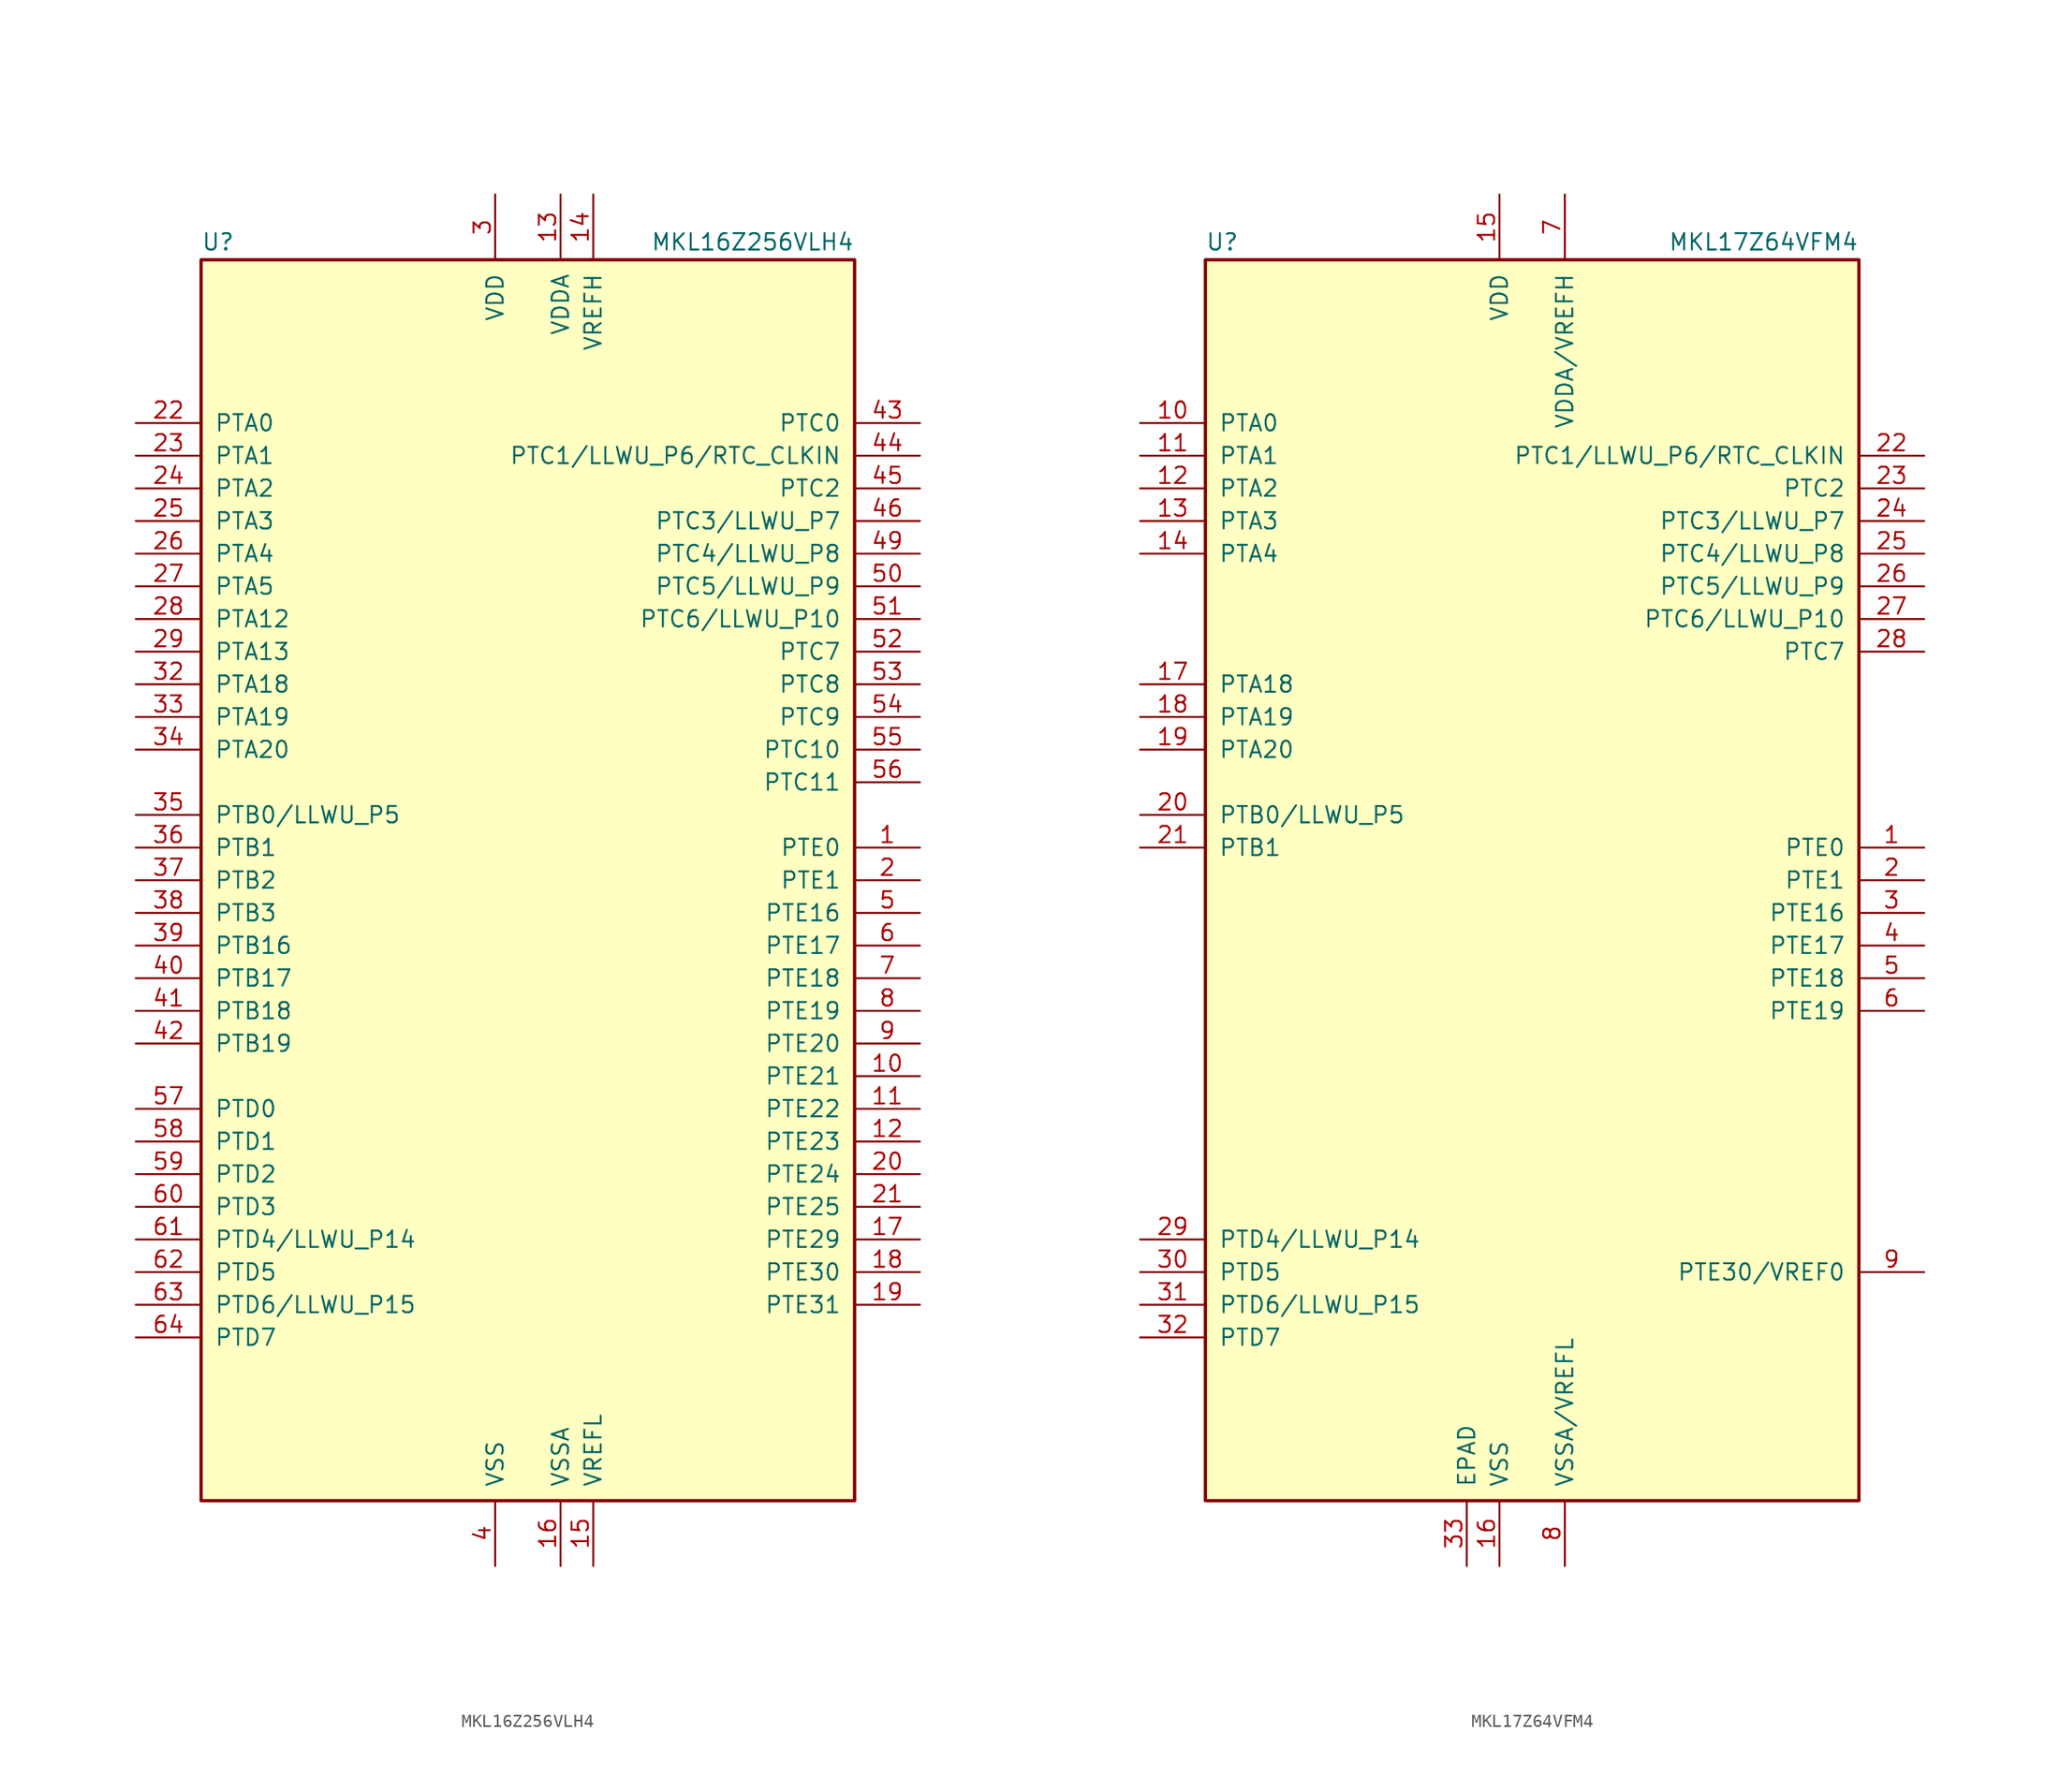
<source format=kicad_sym>
(kicad_symbol_lib
  (version 20231120)
  (generator "kicad_symbol_editor")
  (generator_version "8.0")
  (symbol "MKL16Z256VLH4"
    (pin_names
      (offset 1.016))
    (property "Reference" "U"
      (at -25.4 48.895 0)
      (effects (font (size 1.27 1.27)) (justify left bottom)))
    (property "Value" "MKL16Z256VLH4"
      (at 25.4 48.895 0)
      (effects (font (size 1.27 1.27)) (justify right bottom)))
    (symbol "MKL16Z256VLH4_0_1"
      (rectangle (start -25.4 48.26) (end 25.4 -48.26) (stroke (width 0.254) (type default)) (fill (type background))))
    (symbol "MKL16Z256VLH4_1_1"
      (pin bidirectional line (at 30.48 2.54 180) (length 5.08) (name "PTE0" (effects (font (size 1.27 1.27)))) (number "1" (effects (font (size 1.27 1.27)))))
      (pin bidirectional line (at 30.48 -15.24 180) (length 5.08) (name "PTE21" (effects (font (size 1.27 1.27)))) (number "10" (effects (font (size 1.27 1.27)))))
      (pin bidirectional line (at 30.48 -17.78 180) (length 5.08) (name "PTE22" (effects (font (size 1.27 1.27)))) (number "11" (effects (font (size 1.27 1.27)))))
      (pin bidirectional line (at 30.48 -20.32 180) (length 5.08) (name "PTE23" (effects (font (size 1.27 1.27)))) (number "12" (effects (font (size 1.27 1.27)))))
      (pin power_in line (at 2.54 53.34 270) (length 5.08) (name "VDDA" (effects (font (size 1.27 1.27)))) (number "13" (effects (font (size 1.27 1.27)))))
      (pin power_in line (at 5.08 53.34 270) (length 5.08) (name "VREFH" (effects (font (size 1.27 1.27)))) (number "14" (effects (font (size 1.27 1.27)))))
      (pin power_in line (at 5.08 -53.34 90) (length 5.08) (name "VREFL" (effects (font (size 1.27 1.27)))) (number "15" (effects (font (size 1.27 1.27)))))
      (pin power_in line (at 2.54 -53.34 90) (length 5.08) (name "VSSA" (effects (font (size 1.27 1.27)))) (number "16" (effects (font (size 1.27 1.27)))))
      (pin bidirectional line (at 30.48 -27.94 180) (length 5.08) (name "PTE29" (effects (font (size 1.27 1.27)))) (number "17" (effects (font (size 1.27 1.27)))))
      (pin bidirectional line (at 30.48 -30.48 180) (length 5.08) (name "PTE30" (effects (font (size 1.27 1.27)))) (number "18" (effects (font (size 1.27 1.27)))))
      (pin bidirectional line (at 30.48 -33.02 180) (length 5.08) (name "PTE31" (effects (font (size 1.27 1.27)))) (number "19" (effects (font (size 1.27 1.27)))))
      (pin bidirectional line (at 30.48 0 180) (length 5.08) (name "PTE1" (effects (font (size 1.27 1.27)))) (number "2" (effects (font (size 1.27 1.27)))))
      (pin bidirectional line (at 30.48 -22.86 180) (length 5.08) (name "PTE24" (effects (font (size 1.27 1.27)))) (number "20" (effects (font (size 1.27 1.27)))))
      (pin bidirectional line (at 30.48 -25.4 180) (length 5.08) (name "PTE25" (effects (font (size 1.27 1.27)))) (number "21" (effects (font (size 1.27 1.27)))))
      (pin bidirectional line (at -30.48 35.56 0) (length 5.08) (name "PTA0" (effects (font (size 1.27 1.27)))) (number "22" (effects (font (size 1.27 1.27)))))
      (pin bidirectional line (at -30.48 33.02 0) (length 5.08) (name "PTA1" (effects (font (size 1.27 1.27)))) (number "23" (effects (font (size 1.27 1.27)))))
      (pin bidirectional line (at -30.48 30.48 0) (length 5.08) (name "PTA2" (effects (font (size 1.27 1.27)))) (number "24" (effects (font (size 1.27 1.27)))))
      (pin bidirectional line (at -30.48 27.94 0) (length 5.08) (name "PTA3" (effects (font (size 1.27 1.27)))) (number "25" (effects (font (size 1.27 1.27)))))
      (pin bidirectional line (at -30.48 25.4 0) (length 5.08) (name "PTA4" (effects (font (size 1.27 1.27)))) (number "26" (effects (font (size 1.27 1.27)))))
      (pin bidirectional line (at -30.48 22.86 0) (length 5.08) (name "PTA5" (effects (font (size 1.27 1.27)))) (number "27" (effects (font (size 1.27 1.27)))))
      (pin bidirectional line (at -30.48 20.32 0) (length 5.08) (name "PTA12" (effects (font (size 1.27 1.27)))) (number "28" (effects (font (size 1.27 1.27)))))
      (pin bidirectional line (at -30.48 17.78 0) (length 5.08) (name "PTA13" (effects (font (size 1.27 1.27)))) (number "29" (effects (font (size 1.27 1.27)))))
      (pin power_in line (at -2.54 53.34 270) (length 5.08) (name "VDD" (effects (font (size 1.27 1.27)))) (number "3" (effects (font (size 1.27 1.27)))))
      (pin passive line (at -2.54 53.34 270) (length 5.08) hide (name "VDD" (effects (font (size 1.27 1.27)))) (number "30" (effects (font (size 1.27 1.27)))))
      (pin passive line (at -2.54 -53.34 90) (length 5.08) hide (name "VSS" (effects (font (size 1.27 1.27)))) (number "31" (effects (font (size 1.27 1.27)))))
      (pin bidirectional line (at -30.48 15.24 0) (length 5.08) (name "PTA18" (effects (font (size 1.27 1.27)))) (number "32" (effects (font (size 1.27 1.27)))))
      (pin bidirectional line (at -30.48 12.7 0) (length 5.08) (name "PTA19" (effects (font (size 1.27 1.27)))) (number "33" (effects (font (size 1.27 1.27)))))
      (pin bidirectional line (at -30.48 10.16 0) (length 5.08) (name "PTA20" (effects (font (size 1.27 1.27)))) (number "34" (effects (font (size 1.27 1.27)))))
      (pin bidirectional line (at -30.48 5.08 0) (length 5.08) (name "PTB0/LLWU_P5" (effects (font (size 1.27 1.27)))) (number "35" (effects (font (size 1.27 1.27)))))
      (pin bidirectional line (at -30.48 2.54 0) (length 5.08) (name "PTB1" (effects (font (size 1.27 1.27)))) (number "36" (effects (font (size 1.27 1.27)))))
      (pin bidirectional line (at -30.48 0 0) (length 5.08) (name "PTB2" (effects (font (size 1.27 1.27)))) (number "37" (effects (font (size 1.27 1.27)))))
      (pin bidirectional line (at -30.48 -2.54 0) (length 5.08) (name "PTB3" (effects (font (size 1.27 1.27)))) (number "38" (effects (font (size 1.27 1.27)))))
      (pin bidirectional line (at -30.48 -5.08 0) (length 5.08) (name "PTB16" (effects (font (size 1.27 1.27)))) (number "39" (effects (font (size 1.27 1.27)))))
      (pin power_in line (at -2.54 -53.34 90) (length 5.08) (name "VSS" (effects (font (size 1.27 1.27)))) (number "4" (effects (font (size 1.27 1.27)))))
      (pin bidirectional line (at -30.48 -7.62 0) (length 5.08) (name "PTB17" (effects (font (size 1.27 1.27)))) (number "40" (effects (font (size 1.27 1.27)))))
      (pin bidirectional line (at -30.48 -10.16 0) (length 5.08) (name "PTB18" (effects (font (size 1.27 1.27)))) (number "41" (effects (font (size 1.27 1.27)))))
      (pin bidirectional line (at -30.48 -12.7 0) (length 5.08) (name "PTB19" (effects (font (size 1.27 1.27)))) (number "42" (effects (font (size 1.27 1.27)))))
      (pin bidirectional line (at 30.48 35.56 180) (length 5.08) (name "PTC0" (effects (font (size 1.27 1.27)))) (number "43" (effects (font (size 1.27 1.27)))))
      (pin bidirectional line (at 30.48 33.02 180) (length 5.08) (name "PTC1/LLWU_P6/RTC_CLKIN" (effects (font (size 1.27 1.27)))) (number "44" (effects (font (size 1.27 1.27)))))
      (pin bidirectional line (at 30.48 30.48 180) (length 5.08) (name "PTC2" (effects (font (size 1.27 1.27)))) (number "45" (effects (font (size 1.27 1.27)))))
      (pin bidirectional line (at 30.48 27.94 180) (length 5.08) (name "PTC3/LLWU_P7" (effects (font (size 1.27 1.27)))) (number "46" (effects (font (size 1.27 1.27)))))
      (pin passive line (at -2.54 -53.34 90) (length 5.08) hide (name "VSS" (effects (font (size 1.27 1.27)))) (number "47" (effects (font (size 1.27 1.27)))))
      (pin passive line (at -2.54 53.34 270) (length 5.08) hide (name "VDD" (effects (font (size 1.27 1.27)))) (number "48" (effects (font (size 1.27 1.27)))))
      (pin bidirectional line (at 30.48 25.4 180) (length 5.08) (name "PTC4/LLWU_P8" (effects (font (size 1.27 1.27)))) (number "49" (effects (font (size 1.27 1.27)))))
      (pin bidirectional line (at 30.48 -2.54 180) (length 5.08) (name "PTE16" (effects (font (size 1.27 1.27)))) (number "5" (effects (font (size 1.27 1.27)))))
      (pin bidirectional line (at 30.48 22.86 180) (length 5.08) (name "PTC5/LLWU_P9" (effects (font (size 1.27 1.27)))) (number "50" (effects (font (size 1.27 1.27)))))
      (pin bidirectional line (at 30.48 20.32 180) (length 5.08) (name "PTC6/LLWU_P10" (effects (font (size 1.27 1.27)))) (number "51" (effects (font (size 1.27 1.27)))))
      (pin bidirectional line (at 30.48 17.78 180) (length 5.08) (name "PTC7" (effects (font (size 1.27 1.27)))) (number "52" (effects (font (size 1.27 1.27)))))
      (pin bidirectional line (at 30.48 15.24 180) (length 5.08) (name "PTC8" (effects (font (size 1.27 1.27)))) (number "53" (effects (font (size 1.27 1.27)))))
      (pin bidirectional line (at 30.48 12.7 180) (length 5.08) (name "PTC9" (effects (font (size 1.27 1.27)))) (number "54" (effects (font (size 1.27 1.27)))))
      (pin bidirectional line (at 30.48 10.16 180) (length 5.08) (name "PTC10" (effects (font (size 1.27 1.27)))) (number "55" (effects (font (size 1.27 1.27)))))
      (pin bidirectional line (at 30.48 7.62 180) (length 5.08) (name "PTC11" (effects (font (size 1.27 1.27)))) (number "56" (effects (font (size 1.27 1.27)))))
      (pin bidirectional line (at -30.48 -17.78 0) (length 5.08) (name "PTD0" (effects (font (size 1.27 1.27)))) (number "57" (effects (font (size 1.27 1.27)))))
      (pin bidirectional line (at -30.48 -20.32 0) (length 5.08) (name "PTD1" (effects (font (size 1.27 1.27)))) (number "58" (effects (font (size 1.27 1.27)))))
      (pin bidirectional line (at -30.48 -22.86 0) (length 5.08) (name "PTD2" (effects (font (size 1.27 1.27)))) (number "59" (effects (font (size 1.27 1.27)))))
      (pin bidirectional line (at 30.48 -5.08 180) (length 5.08) (name "PTE17" (effects (font (size 1.27 1.27)))) (number "6" (effects (font (size 1.27 1.27)))))
      (pin bidirectional line (at -30.48 -25.4 0) (length 5.08) (name "PTD3" (effects (font (size 1.27 1.27)))) (number "60" (effects (font (size 1.27 1.27)))))
      (pin bidirectional line (at -30.48 -27.94 0) (length 5.08) (name "PTD4/LLWU_P14" (effects (font (size 1.27 1.27)))) (number "61" (effects (font (size 1.27 1.27)))))
      (pin bidirectional line (at -30.48 -30.48 0) (length 5.08) (name "PTD5" (effects (font (size 1.27 1.27)))) (number "62" (effects (font (size 1.27 1.27)))))
      (pin bidirectional line (at -30.48 -33.02 0) (length 5.08) (name "PTD6/LLWU_P15" (effects (font (size 1.27 1.27)))) (number "63" (effects (font (size 1.27 1.27)))))
      (pin bidirectional line (at -30.48 -35.56 0) (length 5.08) (name "PTD7" (effects (font (size 1.27 1.27)))) (number "64" (effects (font (size 1.27 1.27)))))
      (pin bidirectional line (at 30.48 -7.62 180) (length 5.08) (name "PTE18" (effects (font (size 1.27 1.27)))) (number "7" (effects (font (size 1.27 1.27)))))
      (pin bidirectional line (at 30.48 -10.16 180) (length 5.08) (name "PTE19" (effects (font (size 1.27 1.27)))) (number "8" (effects (font (size 1.27 1.27)))))
      (pin bidirectional line (at 30.48 -12.7 180) (length 5.08) (name "PTE20" (effects (font (size 1.27 1.27)))) (number "9" (effects (font (size 1.27 1.27)))))))
  (symbol "MKL17Z64VFM4"
    (pin_names
      (offset 1.016))
    (property "Reference" "U"
      (at -25.4 48.895 0)
      (effects (font (size 1.27 1.27)) (justify left bottom)))
    (property "Value" "MKL17Z64VFM4"
      (at 25.4 48.895 0)
      (effects (font (size 1.27 1.27)) (justify right bottom)))
    (symbol "MKL17Z64VFM4_0_1"
      (rectangle (start -25.4 48.26) (end 25.4 -48.26) (stroke (width 0.254) (type default)) (fill (type background))))
    (symbol "MKL17Z64VFM4_1_1"
      (pin bidirectional line (at 30.48 2.54 180) (length 5.08) (name "PTE0" (effects (font (size 1.27 1.27)))) (number "1" (effects (font (size 1.27 1.27)))))
      (pin bidirectional line (at -30.48 35.56 0) (length 5.08) (name "PTA0" (effects (font (size 1.27 1.27)))) (number "10" (effects (font (size 1.27 1.27)))))
      (pin bidirectional line (at -30.48 33.02 0) (length 5.08) (name "PTA1" (effects (font (size 1.27 1.27)))) (number "11" (effects (font (size 1.27 1.27)))))
      (pin bidirectional line (at -30.48 30.48 0) (length 5.08) (name "PTA2" (effects (font (size 1.27 1.27)))) (number "12" (effects (font (size 1.27 1.27)))))
      (pin bidirectional line (at -30.48 27.94 0) (length 5.08) (name "PTA3" (effects (font (size 1.27 1.27)))) (number "13" (effects (font (size 1.27 1.27)))))
      (pin bidirectional line (at -30.48 25.4 0) (length 5.08) (name "PTA4" (effects (font (size 1.27 1.27)))) (number "14" (effects (font (size 1.27 1.27)))))
      (pin power_in line (at -2.54 53.34 270) (length 5.08) (name "VDD" (effects (font (size 1.27 1.27)))) (number "15" (effects (font (size 1.27 1.27)))))
      (pin power_in line (at -2.54 -53.34 90) (length 5.08) (name "VSS" (effects (font (size 1.27 1.27)))) (number "16" (effects (font (size 1.27 1.27)))))
      (pin bidirectional line (at -30.48 15.24 0) (length 5.08) (name "PTA18" (effects (font (size 1.27 1.27)))) (number "17" (effects (font (size 1.27 1.27)))))
      (pin bidirectional line (at -30.48 12.7 0) (length 5.08) (name "PTA19" (effects (font (size 1.27 1.27)))) (number "18" (effects (font (size 1.27 1.27)))))
      (pin bidirectional line (at -30.48 10.16 0) (length 5.08) (name "PTA20" (effects (font (size 1.27 1.27)))) (number "19" (effects (font (size 1.27 1.27)))))
      (pin bidirectional line (at 30.48 0 180) (length 5.08) (name "PTE1" (effects (font (size 1.27 1.27)))) (number "2" (effects (font (size 1.27 1.27)))))
      (pin bidirectional line (at -30.48 5.08 0) (length 5.08) (name "PTB0/LLWU_P5" (effects (font (size 1.27 1.27)))) (number "20" (effects (font (size 1.27 1.27)))))
      (pin bidirectional line (at -30.48 2.54 0) (length 5.08) (name "PTB1" (effects (font (size 1.27 1.27)))) (number "21" (effects (font (size 1.27 1.27)))))
      (pin bidirectional line (at 30.48 33.02 180) (length 5.08) (name "PTC1/LLWU_P6/RTC_CLKIN" (effects (font (size 1.27 1.27)))) (number "22" (effects (font (size 1.27 1.27)))))
      (pin bidirectional line (at 30.48 30.48 180) (length 5.08) (name "PTC2" (effects (font (size 1.27 1.27)))) (number "23" (effects (font (size 1.27 1.27)))))
      (pin bidirectional line (at 30.48 27.94 180) (length 5.08) (name "PTC3/LLWU_P7" (effects (font (size 1.27 1.27)))) (number "24" (effects (font (size 1.27 1.27)))))
      (pin bidirectional line (at 30.48 25.4 180) (length 5.08) (name "PTC4/LLWU_P8" (effects (font (size 1.27 1.27)))) (number "25" (effects (font (size 1.27 1.27)))))
      (pin bidirectional line (at 30.48 22.86 180) (length 5.08) (name "PTC5/LLWU_P9" (effects (font (size 1.27 1.27)))) (number "26" (effects (font (size 1.27 1.27)))))
      (pin bidirectional line (at 30.48 20.32 180) (length 5.08) (name "PTC6/LLWU_P10" (effects (font (size 1.27 1.27)))) (number "27" (effects (font (size 1.27 1.27)))))
      (pin bidirectional line (at 30.48 17.78 180) (length 5.08) (name "PTC7" (effects (font (size 1.27 1.27)))) (number "28" (effects (font (size 1.27 1.27)))))
      (pin bidirectional line (at -30.48 -27.94 0) (length 5.08) (name "PTD4/LLWU_P14" (effects (font (size 1.27 1.27)))) (number "29" (effects (font (size 1.27 1.27)))))
      (pin bidirectional line (at 30.48 -2.54 180) (length 5.08) (name "PTE16" (effects (font (size 1.27 1.27)))) (number "3" (effects (font (size 1.27 1.27)))))
      (pin bidirectional line (at -30.48 -30.48 0) (length 5.08) (name "PTD5" (effects (font (size 1.27 1.27)))) (number "30" (effects (font (size 1.27 1.27)))))
      (pin bidirectional line (at -30.48 -33.02 0) (length 5.08) (name "PTD6/LLWU_P15" (effects (font (size 1.27 1.27)))) (number "31" (effects (font (size 1.27 1.27)))))
      (pin bidirectional line (at -30.48 -35.56 0) (length 5.08) (name "PTD7" (effects (font (size 1.27 1.27)))) (number "32" (effects (font (size 1.27 1.27)))))
      (pin power_in line (at -5.08 -53.34 90) (length 5.08) (name "EPAD" (effects (font (size 1.27 1.27)))) (number "33" (effects (font (size 1.27 1.27)))))
      (pin bidirectional line (at 30.48 -5.08 180) (length 5.08) (name "PTE17" (effects (font (size 1.27 1.27)))) (number "4" (effects (font (size 1.27 1.27)))))
      (pin bidirectional line (at 30.48 -7.62 180) (length 5.08) (name "PTE18" (effects (font (size 1.27 1.27)))) (number "5" (effects (font (size 1.27 1.27)))))
      (pin bidirectional line (at 30.48 -10.16 180) (length 5.08) (name "PTE19" (effects (font (size 1.27 1.27)))) (number "6" (effects (font (size 1.27 1.27)))))
      (pin power_in line (at 2.54 53.34 270) (length 5.08) (name "VDDA/VREFH" (effects (font (size 1.27 1.27)))) (number "7" (effects (font (size 1.27 1.27)))))
      (pin power_in line (at 2.54 -53.34 90) (length 5.08) (name "VSSA/VREFL" (effects (font (size 1.27 1.27)))) (number "8" (effects (font (size 1.27 1.27)))))
      (pin bidirectional line (at 30.48 -30.48 180) (length 5.08) (name "PTE30/VREF0" (effects (font (size 1.27 1.27)))) (number "9" (effects (font (size 1.27 1.27))))))))
</source>
